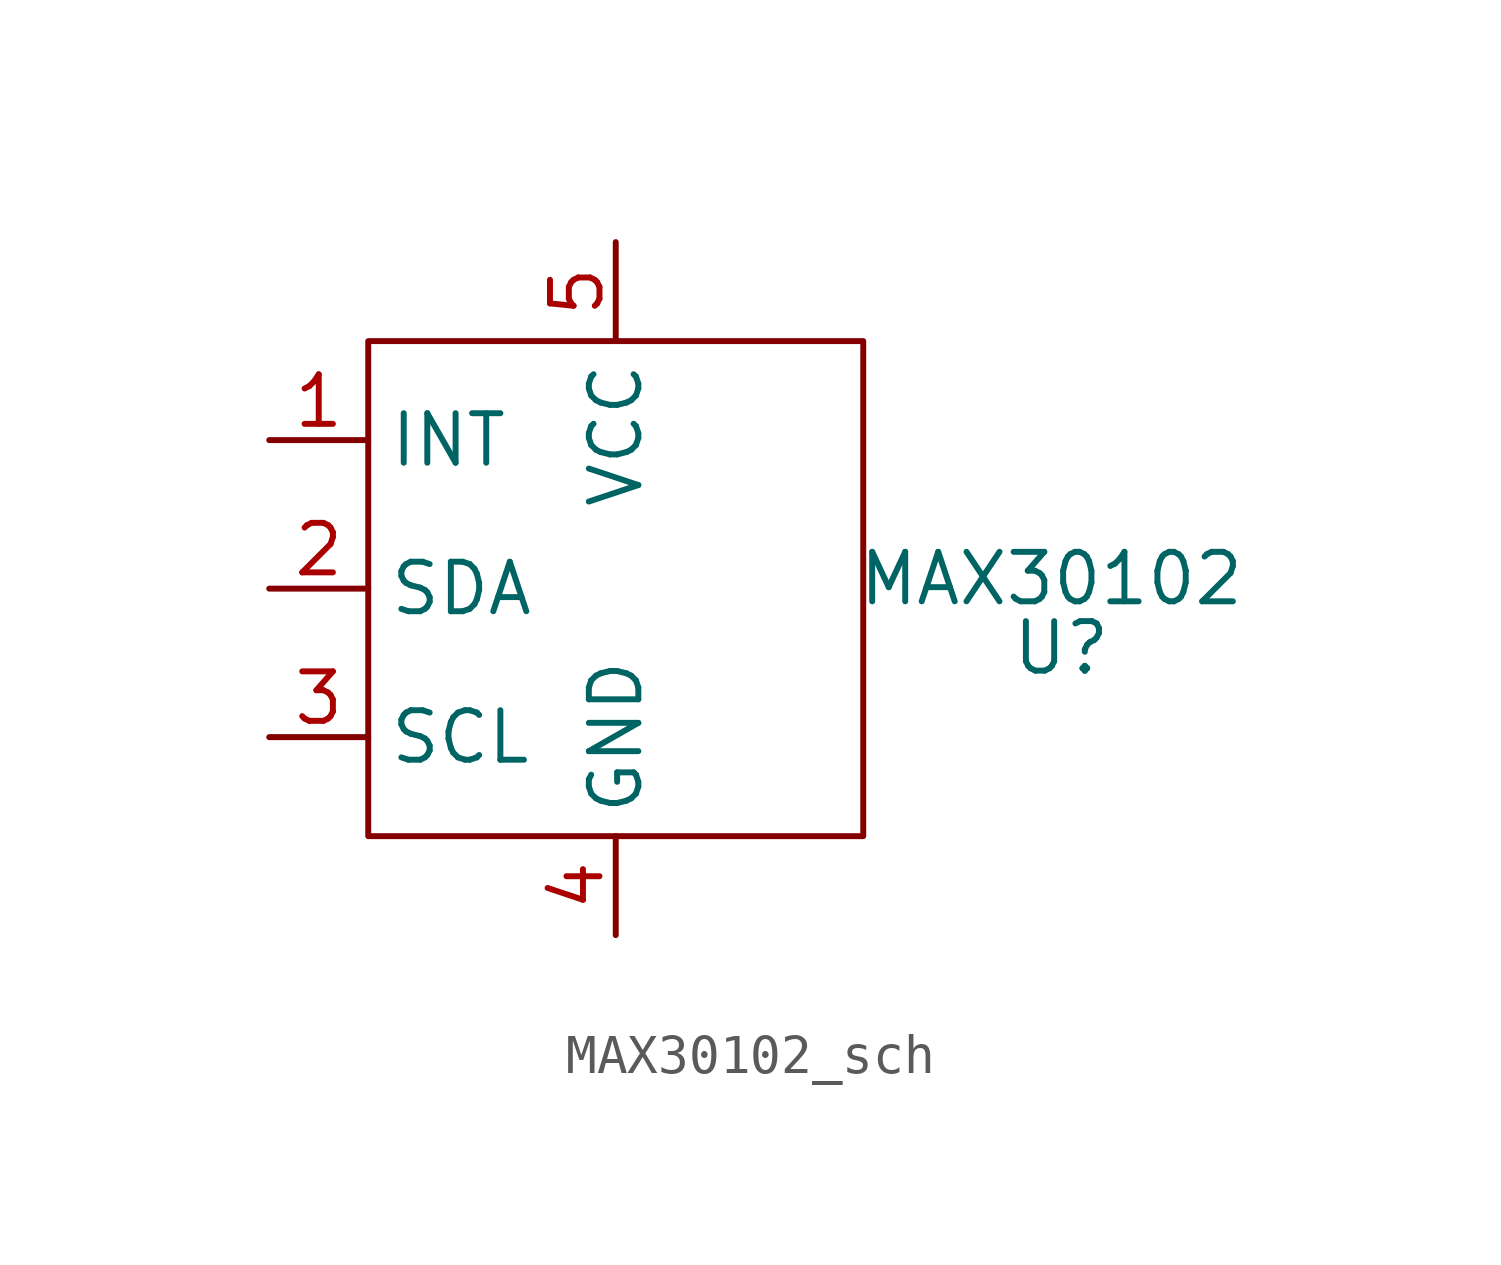
<source format=kicad_sym>
(kicad_symbol_lib
  (version 20241209)
  (generator "kicad_symbol_editor")
  (generator_version "9.0")
  (symbol "MAX30102_sch"
    (property "Reference" "U"
      (at 11.43 -1.524 0)
      (effects (font (size 1.27 1.27))))
    (property "Value" "MAX30102"
      (at 11.176 0.254 0)
      (effects (font (size 1.27 1.27))))
    (symbol "MAX30102_sch_0_1"
      (rectangle (start -6.35 6.35) (end 6.35 -6.35) (stroke (width 0) (type default)) (fill (type none))))
    (symbol "MAX30102_sch_1_1"
      (pin input line (at -8.89 3.81 0) (length 2.54) (name "INT" (effects (font (size 1.27 1.27)))) (number "1" (effects (font (size 1.27 1.27)))))
      (pin bidirectional line (at -8.89 0 0) (length 2.54) (name "SDA" (effects (font (size 1.27 1.27)))) (number "2" (effects (font (size 1.27 1.27)))))
      (pin input line (at -8.89 -3.81 0) (length 2.54) (name "SCL" (effects (font (size 1.27 1.27)))) (number "3" (effects (font (size 1.27 1.27)))))
      (pin input line (at 0 8.89 270) (length 2.54) (name "VCC" (effects (font (size 1.27 1.27)))) (number "5" (effects (font (size 1.27 1.27)))))
      (pin input line (at 0 -8.89 90) (length 2.54) (name "GND" (effects (font (size 1.27 1.27)))) (number "4" (effects (font (size 1.27 1.27))))))))
</source>
